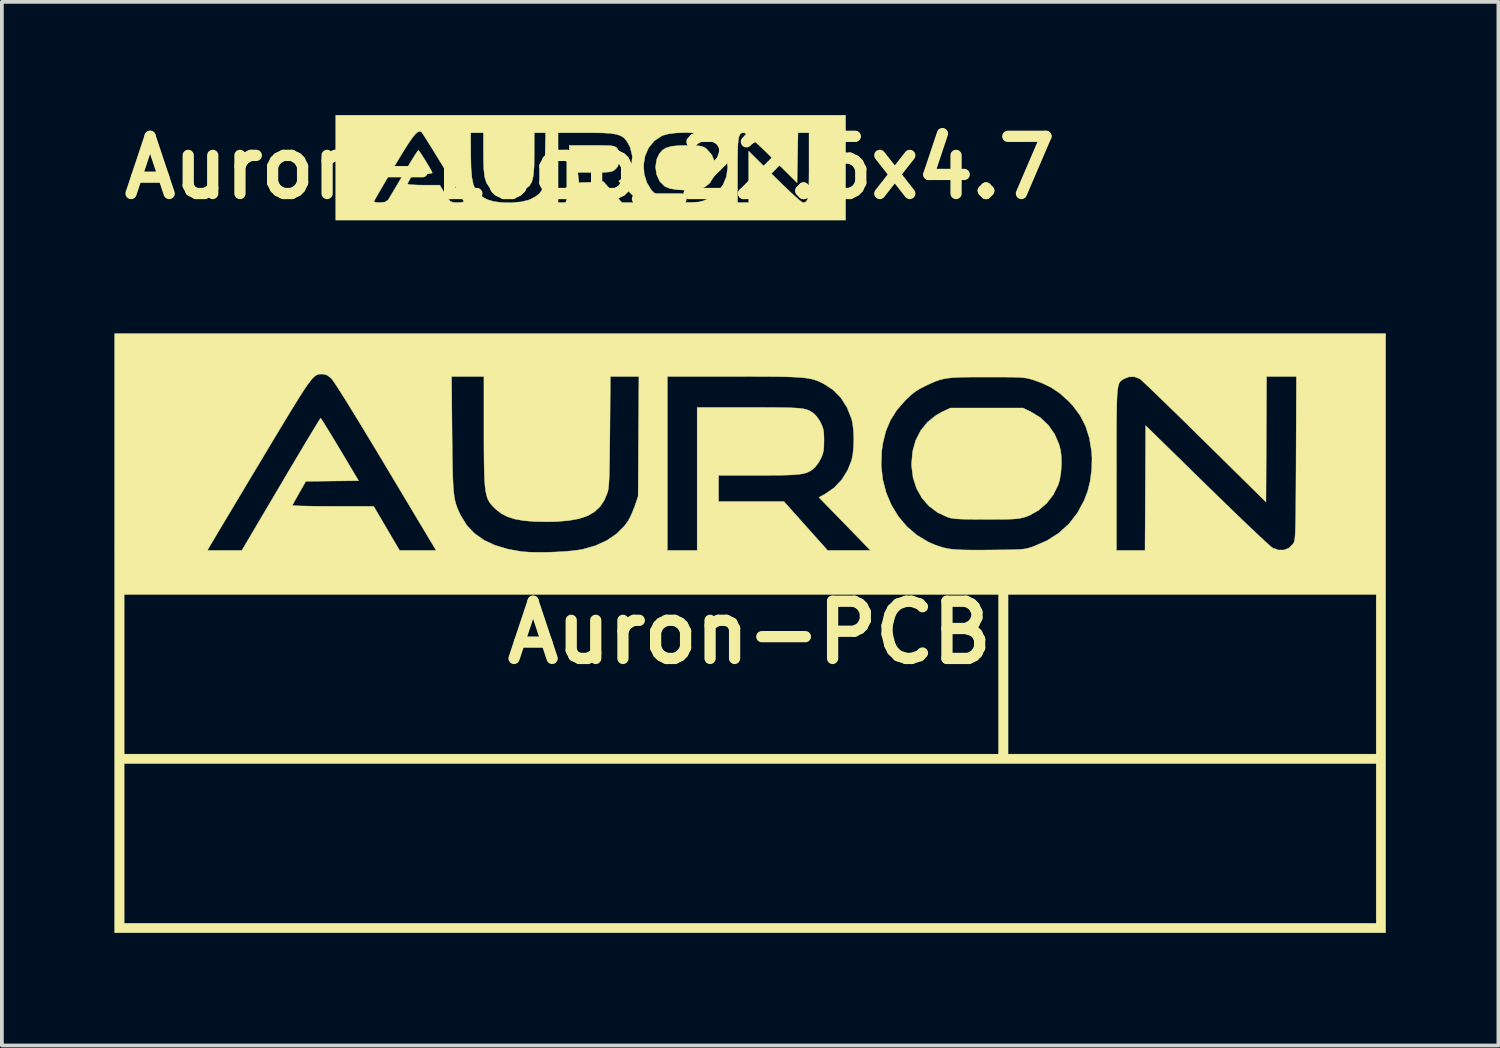
<source format=kicad_pcb>
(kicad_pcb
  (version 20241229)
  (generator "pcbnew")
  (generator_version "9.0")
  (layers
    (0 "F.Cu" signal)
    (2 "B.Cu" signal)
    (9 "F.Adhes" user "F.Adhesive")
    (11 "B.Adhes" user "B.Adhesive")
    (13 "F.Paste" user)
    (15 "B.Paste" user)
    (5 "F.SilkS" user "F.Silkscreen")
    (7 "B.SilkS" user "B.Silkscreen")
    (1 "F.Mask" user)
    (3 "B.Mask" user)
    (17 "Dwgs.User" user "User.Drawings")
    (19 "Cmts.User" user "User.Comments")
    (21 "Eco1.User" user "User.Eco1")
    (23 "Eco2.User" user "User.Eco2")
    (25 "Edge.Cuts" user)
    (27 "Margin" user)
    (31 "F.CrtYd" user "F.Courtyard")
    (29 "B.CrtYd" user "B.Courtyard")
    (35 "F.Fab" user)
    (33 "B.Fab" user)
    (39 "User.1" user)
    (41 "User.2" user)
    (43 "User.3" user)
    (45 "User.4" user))
  (footprint "Auron-PCB"
    (layer "F.Cu")
    (at 16.928 13.81)
    (property "Reference" "Auron-PCB" (at 0 0 0) (layer "F.SilkS") (effects (font (size 1.524 1.524) (thickness 0.3))))
    (attr through_hole)
    (fp_poly (pts (xy 7.493 -5.887) (xy 7.749 -5.731) (xy 7.963 -5.529) (xy 8.132 -5.288) (xy 8.25 -5.013) (xy 8.288 -4.866) (xy 8.311 -4.685) (xy 8.313 -4.475) (xy 8.298 -4.261) (xy 8.265 -4.065) (xy 8.227 -3.938) (xy 8.096 -3.675) (xy 7.919 -3.447) (xy 7.706 -3.261) (xy 7.465 -3.125) (xy 7.344 -3.08) (xy 7.275 -3.061) (xy 7.205 -3.045) (xy 7.124 -3.034) (xy 7.024 -3.026) (xy 6.895 -3.021) (xy 6.729 -3.018) (xy 6.516 -3.017) (xy 6.291 -3.017) (xy 6.028 -3.018) (xy 5.819 -3.02) (xy 5.657 -3.024) (xy 5.533 -3.03) (xy 5.439 -3.039) (xy 5.366 -3.051) (xy 5.305 -3.067) (xy 5.284 -3.074) (xy 5.013 -3.199) (xy 4.782 -3.372) (xy 4.594 -3.587) (xy 4.452 -3.839) (xy 4.359 -4.124) (xy 4.319 -4.436) (xy 4.318 -4.509) (xy 4.346 -4.828) (xy 4.427 -5.121) (xy 4.559 -5.381) (xy 4.739 -5.605) (xy 4.965 -5.788) (xy 5.136 -5.884) (xy 5.35 -5.985) (xy 7.287 -5.985) (xy 7.493 -5.887)) (stroke (width 0.01) (type solid)) (fill yes) (layer "F.SilkS"))
    (fp_poly (pts (xy 16.954 8.001) (xy -16.923 8.001) (xy -16.923 3.493) (xy -16.669 3.493) (xy -16.669 7.747) (xy 16.701 7.747) (xy 16.701 3.493) (xy -16.669 3.493) (xy -16.923 3.493) (xy -16.923 -1.016) (xy -16.669 -1.016) (xy -16.669 3.239) (xy 6.636 3.239) (xy 6.636 -1.016) (xy 6.89 -1.016) (xy 6.89 3.239) (xy 16.701 3.239) (xy 16.701 -1.016) (xy 6.89 -1.016) (xy 6.636 -1.016) (xy -16.669 -1.016) (xy -16.923 -1.016) (xy -16.923 -2.191) (xy -14.448 -2.191) (xy -13.532 -2.191) (xy -12.491 -3.953) (xy -12.311 -4.258) (xy -12.14 -4.546) (xy -11.981 -4.813) (xy -11.837 -5.054) (xy -11.71 -5.265) (xy -11.604 -5.44) (xy -11.521 -5.576) (xy -11.464 -5.668) (xy -11.435 -5.711) (xy -11.432 -5.714) (xy -11.412 -5.688) (xy -11.364 -5.613) (xy -11.291 -5.497) (xy -11.198 -5.347) (xy -11.09 -5.168) (xy -10.969 -4.968) (xy -10.917 -4.881) (xy -10.42 -4.048) (xy -11.827 -4.031) (xy -12.002 -3.724) (xy -12.073 -3.598) (xy -12.132 -3.492) (xy -12.172 -3.419) (xy -12.187 -3.391) (xy -12.159 -3.385) (xy -12.074 -3.38) (xy -11.941 -3.375) (xy -11.765 -3.371) (xy -11.555 -3.367) (xy -11.317 -3.366) (xy -11.107 -3.365) (xy -10.017 -3.364) (xy -9.673 -2.778) (xy -9.328 -2.191) (xy -8.354 -2.191) (xy -9.689 -4.421) (xy -9.949 -4.856) (xy -10.188 -5.251) (xy -10.403 -5.605) (xy -10.594 -5.916) (xy -10.758 -6.183) (xy -10.896 -6.402) (xy -11.006 -6.573) (xy -11.087 -6.693) (xy -11.137 -6.761) (xy -11.146 -6.771) (xy -11.211 -6.826) (xy -7.943 -6.826) (xy -7.929 -5.31) (xy -7.925 -4.93) (xy -7.921 -4.606) (xy -7.915 -4.334) (xy -7.908 -4.106) (xy -7.899 -3.917) (xy -7.887 -3.76) (xy -7.871 -3.63) (xy -7.851 -3.519) (xy -7.825 -3.422) (xy -7.794 -3.332) (xy -7.757 -3.244) (xy -7.713 -3.15) (xy -7.698 -3.119) (xy -7.539 -2.862) (xy -7.333 -2.644) (xy -7.08 -2.465) (xy -6.778 -2.324) (xy -6.425 -2.22) (xy -6.08 -2.16) (xy -5.902 -2.145) (xy -5.68 -2.138) (xy -5.431 -2.139) (xy -5.172 -2.148) (xy -4.919 -2.162) (xy -4.69 -2.183) (xy -4.634 -2.191) (xy -2.191 -2.191) (xy -1.397 -2.191) (xy -1.397 -6.001) (xy -0.02 -6.001) (xy 0.33 -6.001) (xy 0.622 -6) (xy 0.863 -5.997) (xy 1.059 -5.993) (xy 1.216 -5.986) (xy 1.34 -5.977) (xy 1.438 -5.963) (xy 1.514 -5.946) (xy 1.576 -5.923) (xy 1.63 -5.895) (xy 1.681 -5.861) (xy 1.714 -5.837) (xy 1.782 -5.768) (xy 1.855 -5.667) (xy 1.898 -5.589) (xy 1.94 -5.496) (xy 1.966 -5.411) (xy 1.979 -5.314) (xy 1.984 -5.183) (xy 1.984 -5.111) (xy 1.981 -4.959) (xy 1.971 -4.85) (xy 1.951 -4.761) (xy 1.915 -4.671) (xy 1.894 -4.627) (xy 1.828 -4.514) (xy 1.75 -4.413) (xy 1.698 -4.363) (xy 1.636 -4.319) (xy 1.574 -4.283) (xy 1.503 -4.255) (xy 1.418 -4.233) (xy 1.31 -4.217) (xy 1.173 -4.205) (xy 1 -4.198) (xy 0.784 -4.193) (xy 0.518 -4.191) (xy 0.233 -4.191) (xy -0.826 -4.191) (xy -0.826 -3.493) (xy 0.916 -3.493) (xy 1.498 -2.842) (xy 2.08 -2.191) (xy 2.651 -2.19) (xy 3.223 -2.19) (xy 2.536 -2.897) (xy 1.849 -3.603) (xy 2.012 -3.692) (xy 2.253 -3.859) (xy 2.457 -4.074) (xy 2.616 -4.33) (xy 2.668 -4.46) (xy 3.508 -4.46) (xy 3.548 -4.087) (xy 3.64 -3.731) (xy 3.781 -3.398) (xy 3.967 -3.094) (xy 4.194 -2.825) (xy 4.461 -2.597) (xy 4.762 -2.416) (xy 4.931 -2.343) (xy 5.045 -2.301) (xy 5.153 -2.268) (xy 5.262 -2.242) (xy 5.382 -2.223) (xy 5.522 -2.211) (xy 5.691 -2.203) (xy 5.898 -2.2) (xy 6.153 -2.199) (xy 6.398 -2.201) (xy 6.664 -2.204) (xy 6.875 -2.206) (xy 7.04 -2.21) (xy 7.168 -2.215) (xy 7.268 -2.222) (xy 7.347 -2.233) (xy 7.415 -2.247) (xy 7.48 -2.266) (xy 7.552 -2.29) (xy 7.572 -2.297) (xy 7.93 -2.452) (xy 8.244 -2.653) (xy 8.514 -2.899) (xy 8.739 -3.19) (xy 8.919 -3.525) (xy 9.012 -3.769) (xy 9.079 -4.04) (xy 9.118 -4.341) (xy 9.12 -4.395) (xy 9.779 -4.395) (xy 9.779 -4.335) (xy 9.779 -2.191) (xy 10.54 -2.191) (xy 10.549 -3.854) (xy 10.557 -5.518) (xy 12.192 -3.917) (xy 12.463 -3.653) (xy 12.723 -3.4) (xy 12.969 -3.163) (xy 13.196 -2.945) (xy 13.4 -2.75) (xy 13.579 -2.582) (xy 13.726 -2.445) (xy 13.84 -2.342) (xy 13.915 -2.276) (xy 13.945 -2.254) (xy 14.1 -2.2) (xy 14.25 -2.202) (xy 14.382 -2.257) (xy 14.485 -2.362) (xy 14.501 -2.39) (xy 14.512 -2.413) (xy 14.522 -2.445) (xy 14.53 -2.488) (xy 14.537 -2.547) (xy 14.543 -2.628) (xy 14.548 -2.735) (xy 14.552 -2.872) (xy 14.555 -3.044) (xy 14.558 -3.256) (xy 14.56 -3.513) (xy 14.562 -3.818) (xy 14.564 -4.177) (xy 14.566 -4.594) (xy 14.566 -4.659) (xy 14.575 -6.826) (xy 14.178 -6.826) (xy 13.78 -6.826) (xy 13.772 -5.153) (xy 13.764 -3.48) (xy 12.129 -5.093) (xy 11.858 -5.359) (xy 11.6 -5.613) (xy 11.356 -5.851) (xy 11.131 -6.07) (xy 10.929 -6.266) (xy 10.754 -6.434) (xy 10.609 -6.573) (xy 10.499 -6.677) (xy 10.427 -6.743) (xy 10.398 -6.766) (xy 10.259 -6.818) (xy 10.109 -6.815) (xy 9.976 -6.762) (xy 9.938 -6.739) (xy 9.906 -6.717) (xy 9.878 -6.69) (xy 9.855 -6.655) (xy 9.836 -6.606) (xy 9.82 -6.539) (xy 9.808 -6.45) (xy 9.798 -6.335) (xy 9.791 -6.188) (xy 9.786 -6.005) (xy 9.782 -5.782) (xy 9.78 -5.514) (xy 9.779 -5.196) (xy 9.779 -4.825) (xy 9.779 -4.395) (xy 9.12 -4.395) (xy 9.127 -4.646) (xy 9.114 -4.843) (xy 9.054 -5.196) (xy 8.955 -5.506) (xy 8.812 -5.784) (xy 8.62 -6.042) (xy 8.494 -6.177) (xy 8.272 -6.376) (xy 8.041 -6.532) (xy 7.783 -6.656) (xy 7.556 -6.736) (xy 7.487 -6.757) (xy 7.422 -6.774) (xy 7.352 -6.786) (xy 7.271 -6.796) (xy 7.169 -6.802) (xy 7.038 -6.807) (xy 6.87 -6.809) (xy 6.656 -6.81) (xy 6.389 -6.81) (xy 6.334 -6.81) (xy 6.03 -6.81) (xy 5.781 -6.808) (xy 5.578 -6.803) (xy 5.411 -6.794) (xy 5.273 -6.779) (xy 5.155 -6.758) (xy 5.048 -6.729) (xy 4.942 -6.691) (xy 4.83 -6.642) (xy 4.702 -6.582) (xy 4.699 -6.581) (xy 4.545 -6.503) (xy 4.422 -6.427) (xy 4.309 -6.338) (xy 4.184 -6.221) (xy 4.142 -6.179) (xy 3.921 -5.925) (xy 3.752 -5.657) (xy 3.63 -5.364) (xy 3.55 -5.035) (xy 3.523 -4.843) (xy 3.508 -4.46) (xy 2.668 -4.46) (xy 2.719 -4.588) (xy 2.753 -4.756) (xy 2.773 -4.963) (xy 2.778 -5.188) (xy 2.767 -5.408) (xy 2.742 -5.602) (xy 2.719 -5.698) (xy 2.598 -6) (xy 2.435 -6.257) (xy 2.229 -6.467) (xy 1.981 -6.629) (xy 1.97 -6.635) (xy 1.891 -6.674) (xy 1.817 -6.707) (xy 1.742 -6.734) (xy 1.66 -6.757) (xy 1.565 -6.776) (xy 1.453 -6.791) (xy 1.317 -6.803) (xy 1.152 -6.811) (xy 0.953 -6.818) (xy 0.714 -6.822) (xy 0.43 -6.824) (xy 0.095 -6.825) (xy -0.297 -6.826) (xy -0.421 -6.826) (xy -2.191 -6.826) (xy -2.191 -2.191) (xy -4.634 -2.191) (xy -4.501 -2.209) (xy -4.445 -2.22) (xy -4.105 -2.317) (xy -3.803 -2.456) (xy -3.543 -2.633) (xy -3.332 -2.845) (xy -3.236 -2.977) (xy -3.179 -3.082) (xy -3.117 -3.221) (xy -3.061 -3.364) (xy -3.055 -3.381) (xy -2.97 -3.635) (xy -2.96 -5.231) (xy -2.949 -6.826) (xy -3.71 -6.826) (xy -3.722 -5.358) (xy -3.726 -5.006) (xy -3.729 -4.712) (xy -3.733 -4.469) (xy -3.737 -4.273) (xy -3.742 -4.116) (xy -3.749 -3.993) (xy -3.756 -3.898) (xy -3.765 -3.826) (xy -3.776 -3.77) (xy -3.789 -3.726) (xy -3.874 -3.522) (xy -3.988 -3.353) (xy -4.135 -3.217) (xy -4.319 -3.111) (xy -4.546 -3.035) (xy -4.82 -2.985) (xy -5.147 -2.958) (xy -5.418 -2.953) (xy -5.748 -2.96) (xy -6.025 -2.984) (xy -6.256 -3.025) (xy -6.449 -3.087) (xy -6.612 -3.171) (xy -6.754 -3.279) (xy -6.773 -3.297) (xy -6.839 -3.362) (xy -6.894 -3.424) (xy -6.941 -3.489) (xy -6.979 -3.563) (xy -7.009 -3.653) (xy -7.032 -3.762) (xy -7.05 -3.898) (xy -7.063 -4.066) (xy -7.071 -4.272) (xy -7.076 -4.521) (xy -7.079 -4.819) (xy -7.08 -5.172) (xy -7.08 -5.374) (xy -7.08 -6.826) (xy -7.943 -6.826) (xy -11.211 -6.826) (xy -11.234 -6.846) (xy -11.311 -6.881) (xy -11.392 -6.89) (xy -11.436 -6.889) (xy -11.477 -6.886) (xy -11.516 -6.876) (xy -11.556 -6.855) (xy -11.601 -6.822) (xy -11.651 -6.772) (xy -11.709 -6.702) (xy -11.779 -6.608) (xy -11.862 -6.487) (xy -11.96 -6.336) (xy -12.076 -6.151) (xy -12.213 -5.929) (xy -12.373 -5.667) (xy -12.558 -5.36) (xy -12.77 -5.007) (xy -13.012 -4.602) (xy -13.04 -4.556) (xy -13.246 -4.213) (xy -13.442 -3.885) (xy -13.628 -3.575) (xy -13.799 -3.289) (xy -13.954 -3.029) (xy -14.091 -2.8) (xy -14.206 -2.608) (xy -14.296 -2.455) (xy -14.361 -2.347) (xy -14.396 -2.287) (xy -14.401 -2.278) (xy -14.448 -2.191) (xy -16.923 -2.191) (xy -16.923 -7.969) (xy 16.954 -7.969) (xy 16.954 8.001)) (stroke (width 0.01) (type solid)) (fill yes) (layer "F.SilkS")))
  (footprint "Auron-Logo_22.6x4.7"
    (layer "F.Cu")
    (at 12.671 1.418)
    (property "Reference" "Auron-Logo_22.6x4.7" (at 0 0 0) (layer "F.SilkS") (effects (font (size 1.524 1.524) (thickness 0.3))))
    (attr through_hole)
    (fp_poly (pts (xy 2.776 -0.59) (xy 2.912 -0.581) (xy 3.005 -0.561) (xy 3.074 -0.528) (xy 3.107 -0.504) (xy 3.248 -0.346) (xy 3.327 -0.156) (xy 3.345 0.046) (xy 3.301 0.241) (xy 3.197 0.411) (xy 3.078 0.51) (xy 2.941 0.56) (xy 2.751 0.59) (xy 2.535 0.599) (xy 2.319 0.588) (xy 2.132 0.556) (xy 2.003 0.505) (xy 1.866 0.37) (xy 1.781 0.189) (xy 1.751 -0.016) (xy 1.782 -0.222) (xy 1.851 -0.368) (xy 1.933 -0.465) (xy 2.042 -0.531) (xy 2.192 -0.571) (xy 2.4 -0.59) (xy 2.575 -0.593) (xy 2.776 -0.59)) (stroke (width 0.01) (type solid)) (fill yes) (layer "F.SilkS"))
    (fp_poly (pts (xy 6.816 1.397) (xy -6.773 1.397) (xy -6.773 0.907) (xy -5.757 0.907) (xy -5.72 0.922) (xy -5.626 0.931) (xy -5.589 0.931) (xy -5.461 0.917) (xy -5.383 0.866) (xy -5.361 0.836) (xy -5.32 0.768) (xy -5.245 0.642) (xy -5.144 0.472) (xy -5.027 0.273) (xy -4.948 0.138) (xy -4.828 -0.063) (xy -4.723 -0.236) (xy -4.64 -0.368) (xy -4.586 -0.448) (xy -4.57 -0.466) (xy -4.542 -0.432) (xy -4.484 -0.347) (xy -4.409 -0.229) (xy -4.33 -0.1) (xy -4.259 0.02) (xy -4.21 0.11) (xy -4.198 0.135) (xy -4.229 0.153) (xy -4.324 0.165) (xy -4.456 0.169) (xy -4.6 0.17) (xy -4.689 0.184) (xy -4.748 0.227) (xy -4.802 0.315) (xy -4.86 0.434) (xy -4.827 0.447) (xy -4.727 0.457) (xy -4.575 0.464) (xy -4.437 0.466) (xy -3.999 0.466) (xy -3.86 0.699) (xy -3.781 0.825) (xy -3.721 0.894) (xy -3.656 0.924) (xy -3.562 0.931) (xy -3.53 0.931) (xy -3.421 0.925) (xy -3.361 0.909) (xy -3.357 0.9) (xy -3.414 0.799) (xy -3.501 0.649) (xy -3.613 0.463) (xy -3.74 0.251) (xy -3.877 0.025) (xy -4.016 -0.202) (xy -4.149 -0.419) (xy -4.27 -0.614) (xy -4.371 -0.775) (xy -4.445 -0.891) (xy -4.473 -0.931) (xy -3.175 -0.931) (xy -3.173 -0.328) (xy -3.166 0.000132) (xy -3.145 0.256) (xy -3.105 0.453) (xy -3.042 0.601) (xy -2.951 0.713) (xy -2.827 0.802) (xy -2.731 0.852) (xy -2.552 0.905) (xy -2.325 0.932) (xy -2.077 0.935) (xy -2.04 0.931) (xy -0.847 0.931) (xy -0.55 0.931) (xy -0.55 -0.593) (xy 0.061 -0.593) (xy 0.301 -0.592) (xy 0.47 -0.589) (xy 0.584 -0.581) (xy 0.655 -0.566) (xy 0.7 -0.543) (xy 0.731 -0.509) (xy 0.738 -0.499) (xy 0.798 -0.349) (xy 0.798 -0.181) (xy 0.742 -0.029) (xy 0.7 0.023) (xy 0.649 0.069) (xy 0.592 0.099) (xy 0.512 0.116) (xy 0.39 0.125) (xy 0.207 0.127) (xy 0.137 0.127) (xy -0.322 0.127) (xy -0.29 0.402) (xy 0.038 0.389) (xy 0.365 0.375) (xy 0.61 0.653) (xy 0.854 0.931) (xy 1.331 0.931) (xy 1.049 0.646) (xy 0.767 0.36) (xy 0.871 0.283) (xy 1.025 0.12) (xy 1.11 -0.073) (xy 1.432 -0.073) (xy 1.448 0.167) (xy 1.518 0.397) (xy 1.642 0.602) (xy 1.818 0.768) (xy 2.017 0.869) (xy 2.138 0.897) (xy 2.313 0.918) (xy 2.512 0.929) (xy 2.567 0.929) (xy 2.763 0.927) (xy 2.903 0.915) (xy 3.015 0.888) (xy 3.127 0.84) (xy 3.18 0.813) (xy 3.394 0.659) (xy 3.548 0.462) (xy 3.641 0.237) (xy 3.667 0.051) (xy 3.937 0.051) (xy 3.937 0.931) (xy 4.233 0.931) (xy 4.233 -0.441) (xy 4.924 0.245) (xy 5.124 0.441) (xy 5.307 0.615) (xy 5.463 0.759) (xy 5.584 0.865) (xy 5.659 0.923) (xy 5.678 0.931) (xy 5.73 0.925) (xy 5.77 0.9) (xy 5.8 0.846) (xy 5.82 0.753) (xy 5.832 0.611) (xy 5.839 0.411) (xy 5.842 0.141) (xy 5.842 -0.051) (xy 5.842 -0.931) (xy 5.548 -0.931) (xy 5.524 0.402) (xy 4.852 -0.265) (xy 4.654 -0.458) (xy 4.473 -0.629) (xy 4.318 -0.77) (xy 4.199 -0.871) (xy 4.125 -0.925) (xy 4.109 -0.931) (xy 4.054 -0.926) (xy 4.012 -0.902) (xy 3.982 -0.851) (xy 3.961 -0.762) (xy 3.947 -0.625) (xy 3.94 -0.43) (xy 3.937 -0.168) (xy 3.937 0.051) (xy 3.667 0.051) (xy 3.675 -0.004) (xy 3.649 -0.244) (xy 3.564 -0.47) (xy 3.42 -0.667) (xy 3.217 -0.821) (xy 3.154 -0.852) (xy 2.998 -0.898) (xy 2.786 -0.925) (xy 2.546 -0.935) (xy 2.306 -0.926) (xy 2.093 -0.899) (xy 1.933 -0.855) (xy 1.926 -0.851) (xy 1.717 -0.713) (xy 1.566 -0.528) (xy 1.471 -0.31) (xy 1.432 -0.073) (xy 1.11 -0.073) (xy 1.114 -0.082) (xy 1.132 -0.306) (xy 1.077 -0.535) (xy 1.05 -0.593) (xy 0.987 -0.702) (xy 0.919 -0.786) (xy 0.832 -0.846) (xy 0.714 -0.887) (xy 0.554 -0.913) (xy 0.339 -0.926) (xy 0.057 -0.931) (xy -0.095 -0.931) (xy -0.847 -0.931) (xy -0.847 0.931) (xy -2.04 0.931) (xy -1.839 0.913) (xy -1.639 0.866) (xy -1.567 0.836) (xy -1.446 0.77) (xy -1.355 0.702) (xy -1.29 0.621) (xy -1.247 0.513) (xy -1.219 0.364) (xy -1.204 0.161) (xy -1.195 -0.109) (xy -1.193 -0.215) (xy -1.18 -0.931) (xy -1.482 -0.931) (xy -1.482 -0.328) (xy -1.486 -0.021) (xy -1.505 0.211) (xy -1.546 0.379) (xy -1.616 0.493) (xy -1.724 0.563) (xy -1.876 0.599) (xy -2.082 0.611) (xy -2.201 0.611) (xy -2.406 0.602) (xy -2.562 0.572) (xy -2.676 0.51) (xy -2.754 0.408) (xy -2.802 0.254) (xy -2.827 0.039) (xy -2.836 -0.247) (xy -2.836 -0.358) (xy -2.836 -0.931) (xy -3.175 -0.931) (xy -4.473 -0.931) (xy -4.485 -0.949) (xy -4.489 -0.954) (xy -4.534 -0.967) (xy -4.585 -0.951) (xy -4.648 -0.897) (xy -4.728 -0.799) (xy -4.831 -0.651) (xy -4.962 -0.446) (xy -5.126 -0.176) (xy -5.218 -0.023) (xy -5.366 0.226) (xy -5.498 0.452) (xy -5.609 0.642) (xy -5.693 0.789) (xy -5.744 0.88) (xy -5.757 0.907) (xy -6.773 0.907) (xy -6.773 -1.397) (xy 6.816 -1.397) (xy 6.816 1.397)) (stroke (width 0.01) (type solid)) (fill yes) (layer "F.SilkS")))
  (gr_rect
    (start -3 -3)
    (end 36.887 24.816)
    (stroke (width 0.1) (type default))
    (fill no)
    (layer "Edge.Cuts")))
</source>
